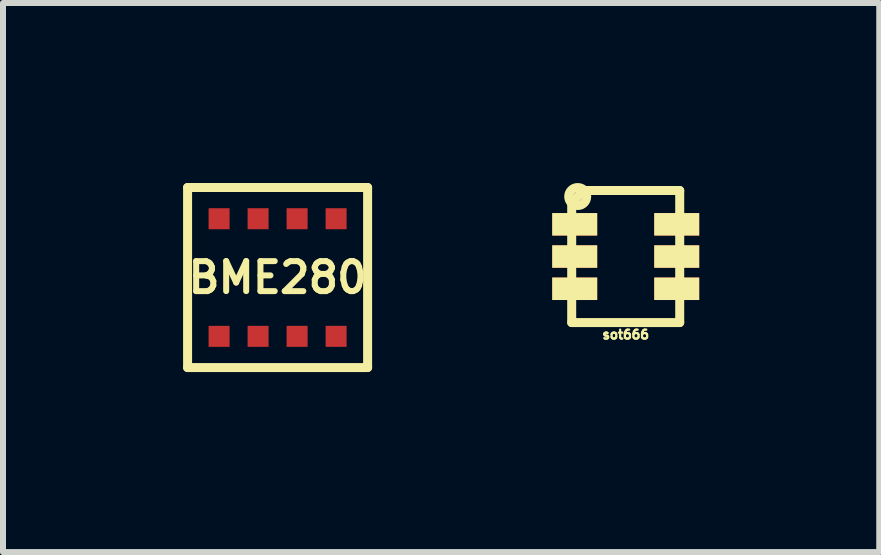
<source format=kicad_pcb>
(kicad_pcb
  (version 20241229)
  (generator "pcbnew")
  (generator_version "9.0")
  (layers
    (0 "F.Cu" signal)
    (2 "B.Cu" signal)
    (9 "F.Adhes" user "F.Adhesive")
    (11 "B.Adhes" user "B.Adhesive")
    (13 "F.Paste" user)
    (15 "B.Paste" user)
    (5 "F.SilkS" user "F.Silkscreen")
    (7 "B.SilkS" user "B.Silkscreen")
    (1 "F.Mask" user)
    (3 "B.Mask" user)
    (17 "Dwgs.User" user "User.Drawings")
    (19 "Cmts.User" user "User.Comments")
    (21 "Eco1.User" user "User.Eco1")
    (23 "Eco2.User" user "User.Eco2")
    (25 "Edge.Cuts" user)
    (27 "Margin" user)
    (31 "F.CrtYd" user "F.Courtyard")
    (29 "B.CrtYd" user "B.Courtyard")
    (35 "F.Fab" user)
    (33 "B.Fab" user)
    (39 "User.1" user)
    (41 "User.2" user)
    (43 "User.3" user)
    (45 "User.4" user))
  (footprint "BME280"
    (layer "F.Cu")
    (at 1.576 1.575)
    (property "Reference" "BME280" (at 0 0 0) (layer "F.SilkS") (effects (font (size 0.5 0.5) (thickness 0.1))))
    (attr through_hole)
    (fp_line (start -1.5 -1.5) (end -1.5 1.5) (stroke (width 0.15) (type solid)) (layer "F.SilkS"))
    (fp_line (start -1.5 1.5) (end 1.5 1.5) (stroke (width 0.15) (type solid)) (layer "F.SilkS"))
    (fp_line (start 1.5 -1.5) (end -1.5 -1.5) (stroke (width 0.15) (type solid)) (layer "F.SilkS"))
    (fp_line (start 1.5 1.5) (end 1.5 -1.5) (stroke (width 0.15) (type solid)) (layer "F.SilkS"))
    (pad "1" smd rect (at 0.975 -0.98) (size 0.35 0.35) (layers "F.Cu" "F.Mask" "F.Paste"))
    (pad "2" smd rect (at 0.325 -0.98) (size 0.35 0.35) (layers "F.Cu" "F.Mask" "F.Paste"))
    (pad "3" smd rect (at -0.325 -0.98) (size 0.35 0.35) (layers "F.Cu" "F.Mask" "F.Paste"))
    (pad "4" smd rect (at -0.975 -0.98) (size 0.35 0.35) (layers "F.Cu" "F.Mask" "F.Paste"))
    (pad "5" smd rect (at -0.975 0.98) (size 0.35 0.35) (layers "F.Cu" "F.Mask" "F.Paste"))
    (pad "6" smd rect (at -0.325 0.98) (size 0.35 0.35) (layers "F.Cu" "F.Mask" "F.Paste"))
    (pad "7" smd rect (at 0.325 0.98) (size 0.35 0.35) (layers "F.Cu" "F.Mask" "F.Paste"))
    (pad "8" smd rect (at 0.975 0.98) (size 0.35 0.35) (layers "F.Cu" "F.Mask" "F.Paste")))
  (footprint "sot666"
    (layer "F.Cu")
    (at 7.377 1.225)
    (property "Reference" "sot666" (at 0 1.3 0) (layer "F.SilkS") (effects (font (size 0.15 0.15) (thickness 0.037))))
    (attr smd)
    (fp_line (start -0.9 -0.9) (end -0.7 -1.1) (stroke (width 0.15) (type solid)) (layer "F.SilkS"))
    (fp_line (start -0.9 1.1) (end -0.9 -0.9) (stroke (width 0.15) (type solid)) (layer "F.SilkS"))
    (fp_line (start -0.7 -1.1) (end 0.9 -1.1) (stroke (width 0.15) (type solid)) (layer "F.SilkS"))
    (fp_line (start 0.9 -1.1) (end 0.9 1.1) (stroke (width 0.15) (type solid)) (layer "F.SilkS"))
    (fp_line (start 0.9 1.1) (end -0.9 1.1) (stroke (width 0.15) (type solid)) (layer "F.SilkS"))
    (fp_circle (center -0.8 -1) (end -0.65 -1) (stroke (width 0.15) (type solid)) (fill no) (layer "F.SilkS"))
    (pad "1" smd rect (at -0.85 -0.537) (size 0.75 0.375) (layers "F.Cu" "F.Mask" "F.SilkS" "F.Paste"))
    (pad "2" smd rect (at -0.85 0) (size 0.75 0.375) (layers "F.Cu" "F.Mask" "F.SilkS" "F.Paste"))
    (pad "3" smd rect (at -0.85 0.537) (size 0.75 0.375) (layers "F.Cu" "F.Mask" "F.SilkS" "F.Paste"))
    (pad "4" smd rect (at 0.85 0.537) (size 0.75 0.375) (layers "F.Cu" "F.Mask" "F.SilkS" "F.Paste"))
    (pad "5" smd rect (at 0.85 0) (size 0.75 0.375) (layers "F.Cu" "F.Mask" "F.SilkS" "F.Paste"))
    (pad "6" smd rect (at 0.85 -0.537) (size 0.75 0.375) (layers "F.Cu" "F.Mask" "F.SilkS" "F.Paste")))
  (gr_rect
    (start -3 -3)
    (end 11.602 6.15)
    (stroke (width 0.1) (type default))
    (fill no)
    (layer "Edge.Cuts")))
</source>
